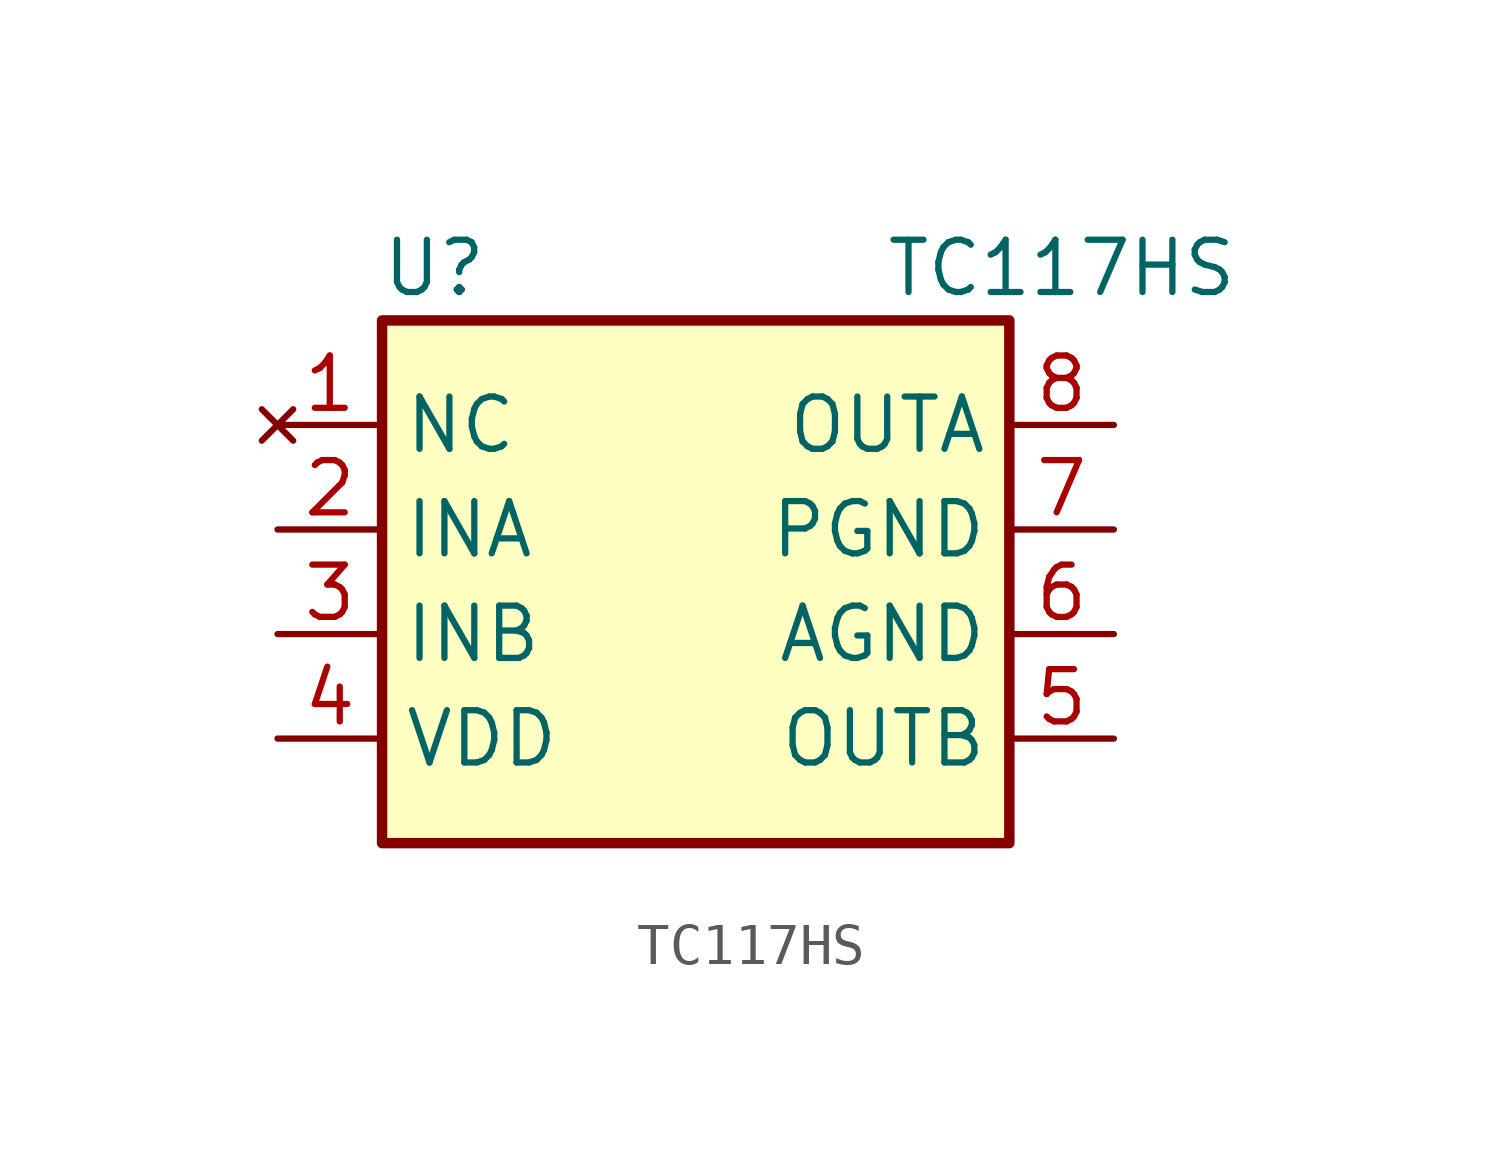
<source format=kicad_sym>
(kicad_symbol_lib
  (version 20231120)
  (generator "kicad_symbol_editor")
  (generator_version "8.0")
  (symbol "TC117HS"
    (property "Reference" "U"
      (at -6.35 6.35 0)
      (effects (font (size 1.27 1.27))))
    (property "Value" "TC117HS"
      (at 8.89 6.35 0)
      (effects (font (size 1.27 1.27))))
    (symbol "TC117HS_0_1"
      (rectangle (start -7.62 5.08) (end 7.62 -7.62) (stroke (width 0.254) (type default)) (fill (type background))))
    (symbol "TC117HS_1_1"
      (pin no_connect line (at -10.16 2.54 0) (length 2.54) (name "NC" (effects (font (size 1.27 1.27)))) (number "1" (effects (font (size 1.27 1.27)))))
      (pin input line (at -10.16 0 0) (length 2.54) (name "INA" (effects (font (size 1.27 1.27)))) (number "2" (effects (font (size 1.27 1.27)))))
      (pin input line (at -10.16 -2.54 0) (length 2.54) (name "INB" (effects (font (size 1.27 1.27)))) (number "3" (effects (font (size 1.27 1.27)))))
      (pin power_in line (at -10.16 -5.08 0) (length 2.54) (name "VDD" (effects (font (size 1.27 1.27)))) (number "4" (effects (font (size 1.27 1.27)))))
      (pin output line (at 10.16 -5.08 180) (length 2.54) (name "OUTB" (effects (font (size 1.27 1.27)))) (number "5" (effects (font (size 1.27 1.27)))))
      (pin passive line (at 10.16 -2.54 180) (length 2.54) (name "AGND" (effects (font (size 1.27 1.27)))) (number "6" (effects (font (size 1.27 1.27)))))
      (pin passive line (at 10.16 0 180) (length 2.54) (name "PGND" (effects (font (size 1.27 1.27)))) (number "7" (effects (font (size 1.27 1.27)))))
      (pin output line (at 10.16 2.54 180) (length 2.54) (name "OUTA" (effects (font (size 1.27 1.27)))) (number "8" (effects (font (size 1.27 1.27))))))))
</source>
